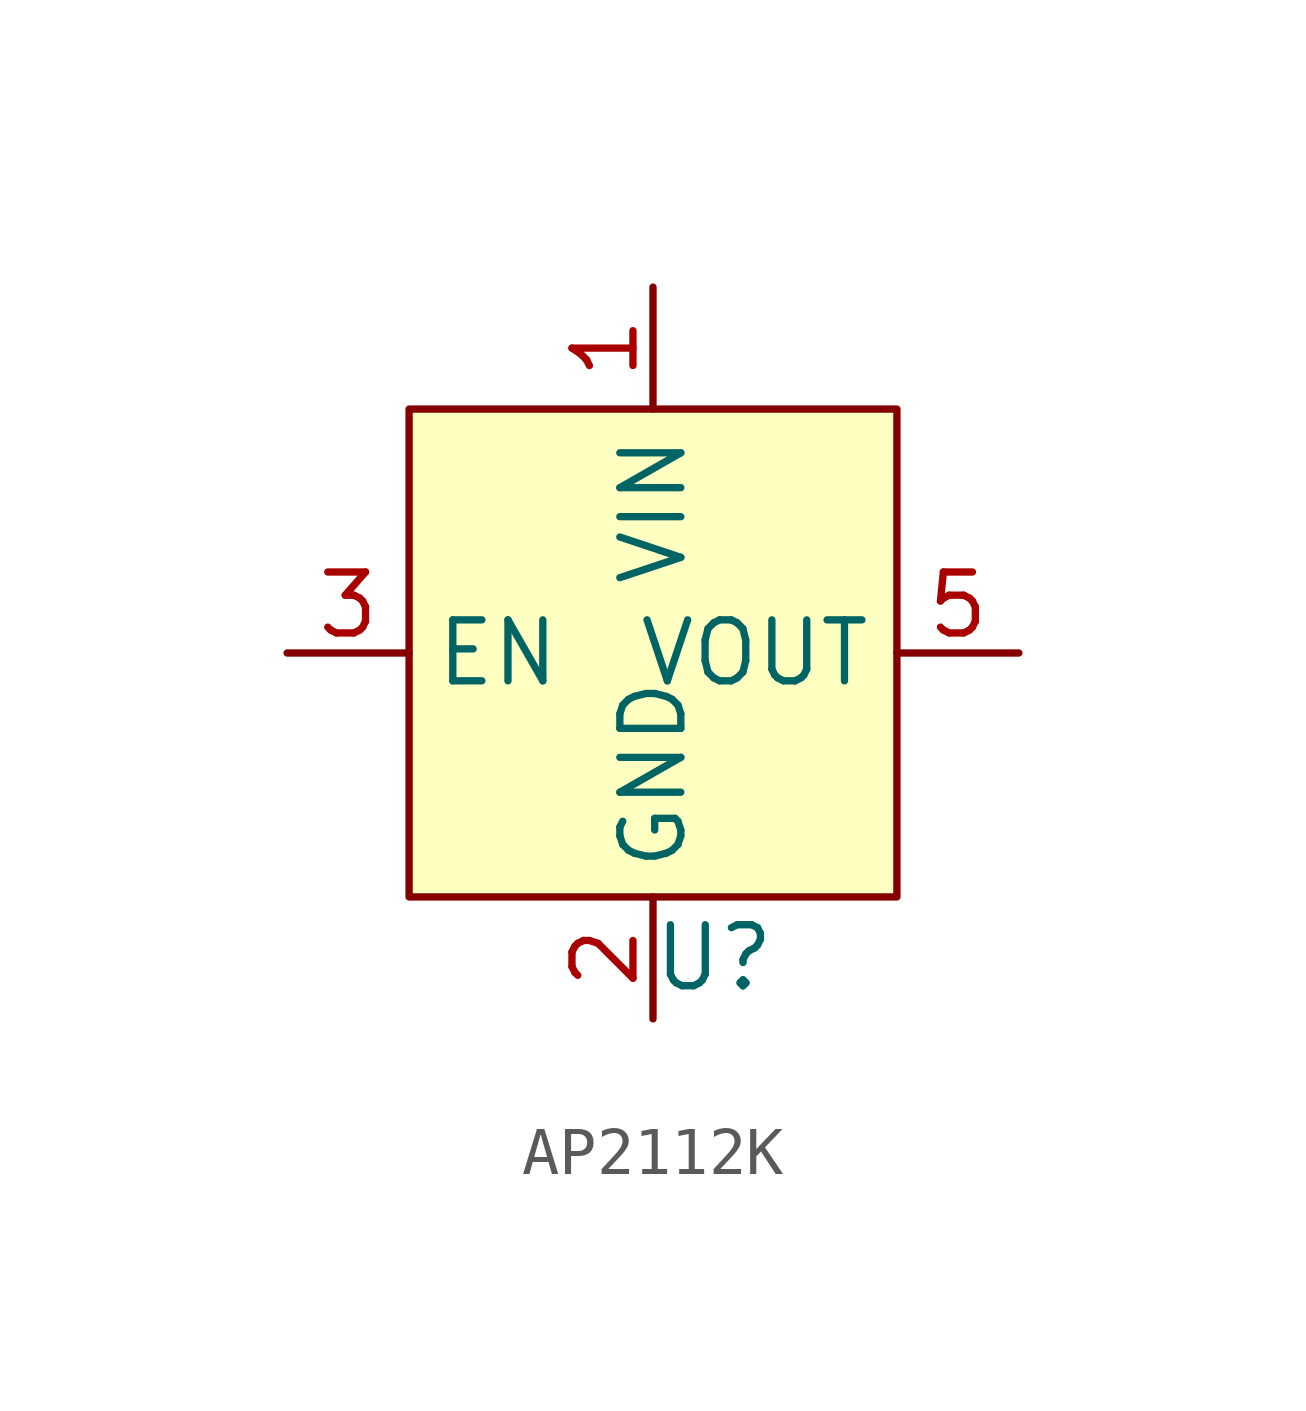
<source format=kicad_sym>
(kicad_symbol_lib
  (version 20220914)
  (generator kicad_symbol_editor)
  (symbol "AP2112K"
    (property "Reference" "U"
      (at 1.27 -6.35 0)
      (effects (font (size 1.27 1.27))))
    (property "Value" ""
      (at 0 5.08 0)
      (effects (font (size 1.27 1.27))))
    (symbol "AP2112K_0_0"
      (pin power_in line (at 0 7.62 270) (length 2.54) (name "VIN" (effects (font (size 1.27 1.27)))) (number "1" (effects (font (size 1.27 1.27)))))
      (pin passive line (at 0 -7.62 90) (length 2.54) (name "GND" (effects (font (size 1.27 1.27)))) (number "2" (effects (font (size 1.27 1.27)))))
      (pin input line (at -7.62 0 0) (length 2.54) (name "EN" (effects (font (size 1.27 1.27)))) (number "3" (effects (font (size 1.27 1.27)))))
      (pin power_out line (at 7.62 0 180) (length 2.54) (name "VOUT" (effects (font (size 1.27 1.27)))) (number "5" (effects (font (size 1.27 1.27))))))
    (symbol "AP2112K_1_0"
      (pin no_connect non_logic (at -7.62 -2.54 0) (length 2.54) hide (name "NC" (effects (font (size 1.27 1.27)))) (number "4" (effects (font (size 1.27 1.27))))))
    (symbol "AP2112K_1_1"
      (rectangle (start -5.08 5.08) (end 5.08 -5.08) (stroke (width 0) (type default)) (fill (type background))))))
</source>
